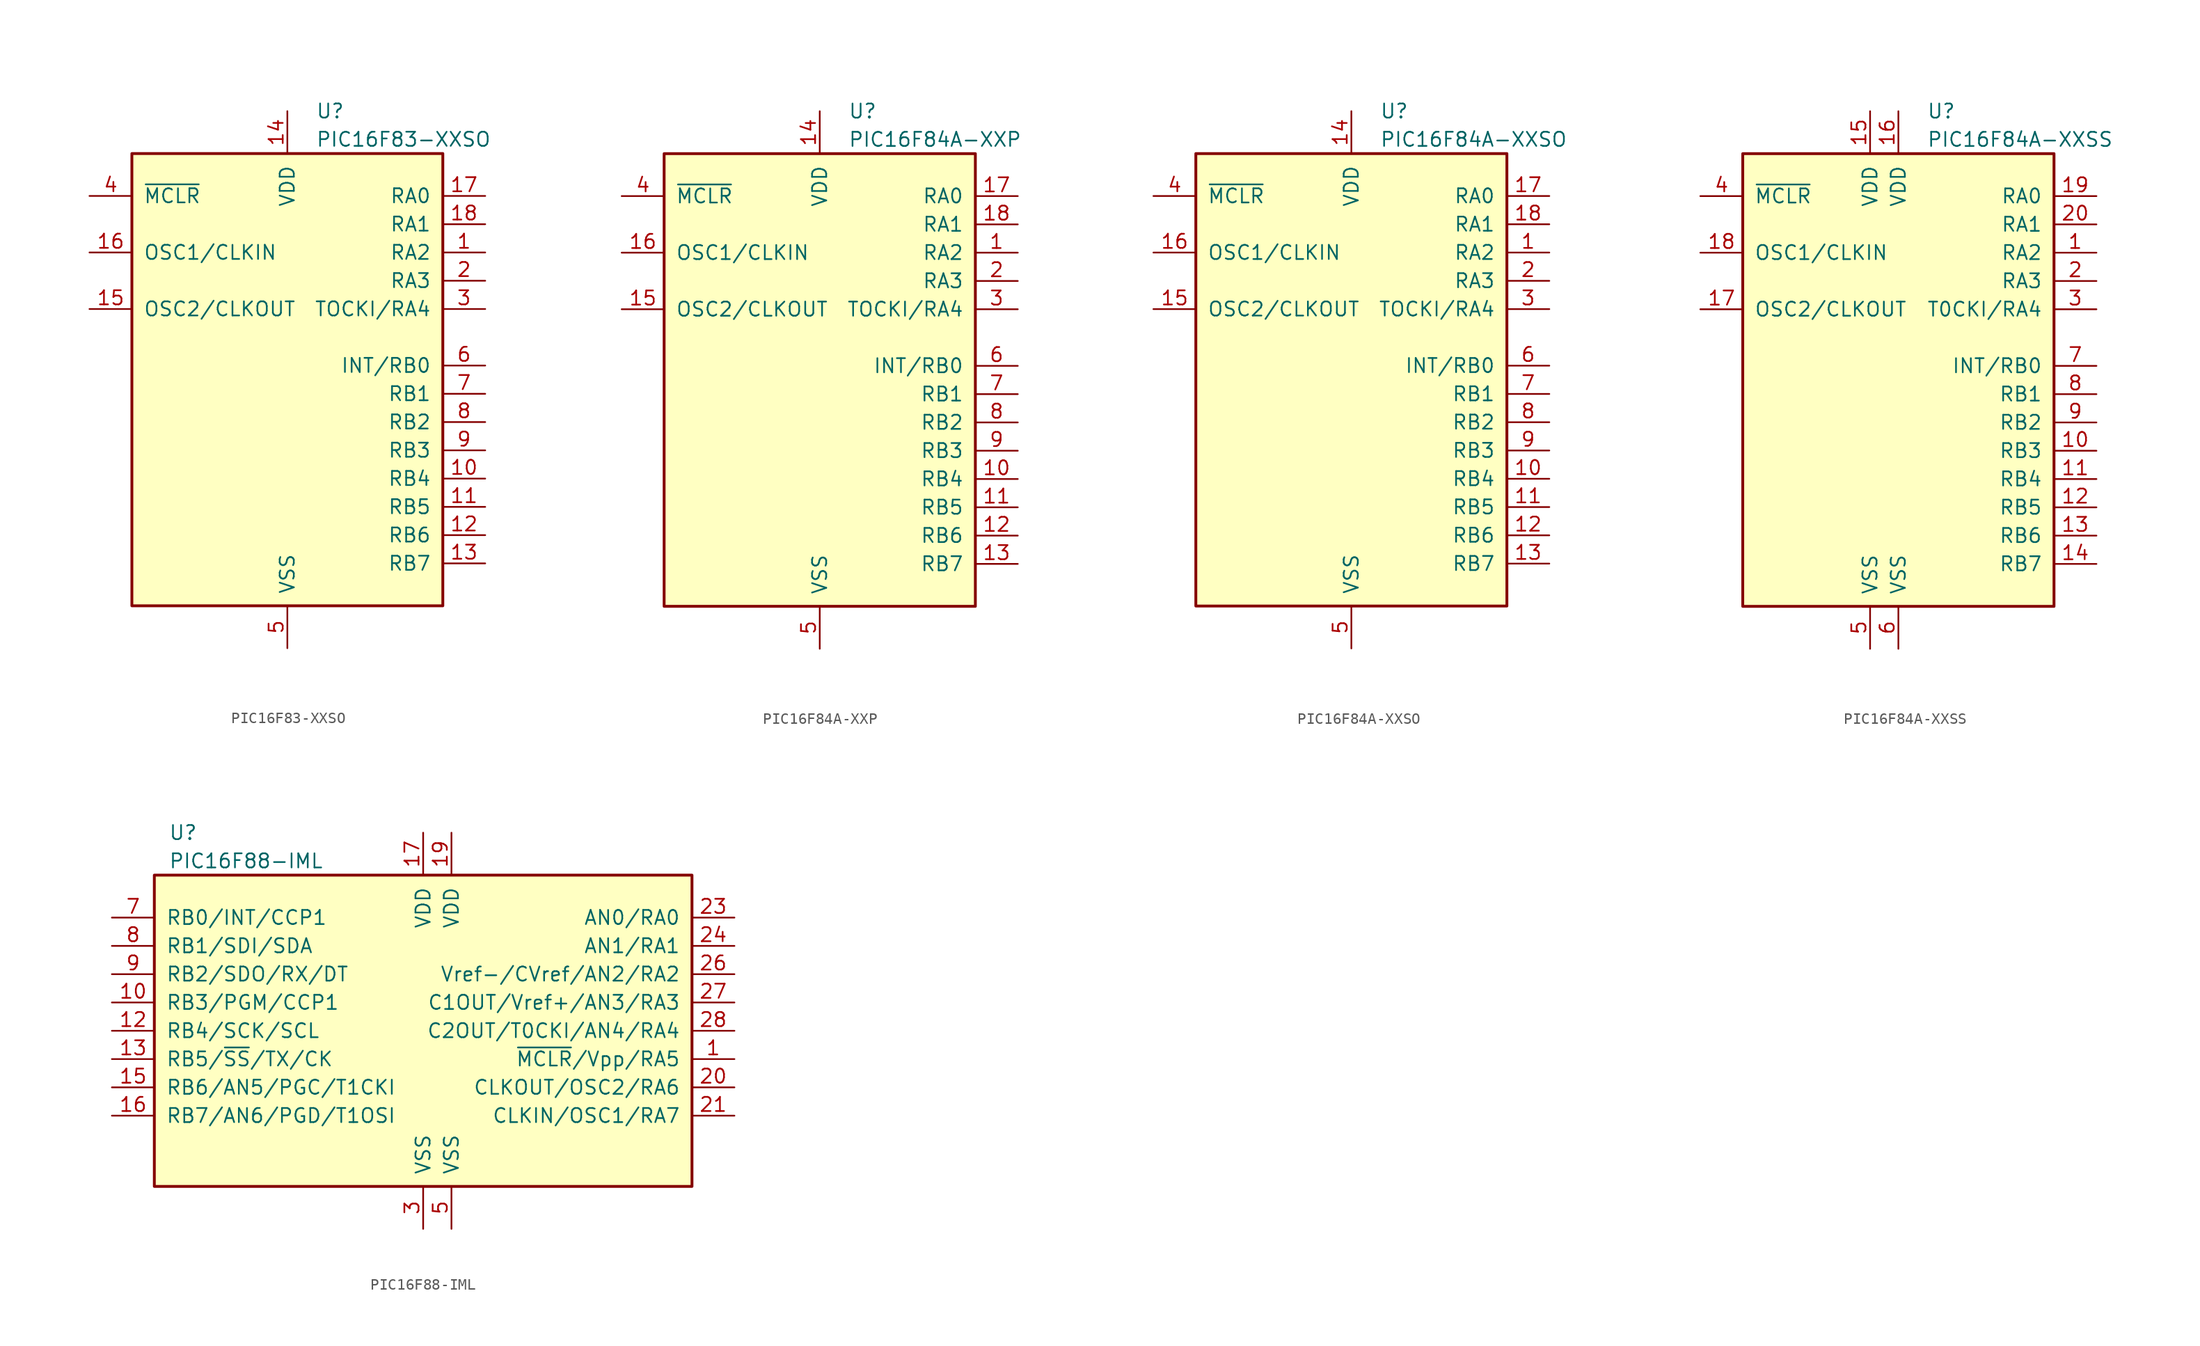
<source format=kicad_sym>
(kicad_symbol_lib
  (version 20201005)
  (generator kicad_symbol_editor)
  (symbol "PIC16F83-XXSO"
    (pin_names
      (offset 1.016))
    (property "Reference" "U"
      (at 2.54 22.86 0)
      (effects (font (size 1.27 1.27)) (justify left)))
    (property "Value" "PIC16F83-XXSO"
      (at 2.54 20.32 0)
      (effects (font (size 1.27 1.27)) (justify left)))
    (symbol "PIC16F83-XXSO_0_1"
      (rectangle (start -13.97 19.05) (end 13.97 -21.59) (stroke (width 0.254)) (fill (type background))))
    (symbol "PIC16F83-XXSO_1_1"
      (pin bidirectional line (at 17.78 10.16 180) (length 3.81) (name "RA2" (effects (font (size 1.27 1.27)))) (number "1" (effects (font (size 1.27 1.27)))))
      (pin bidirectional line (at 17.78 -10.16 180) (length 3.81) (name "RB4" (effects (font (size 1.27 1.27)))) (number "10" (effects (font (size 1.27 1.27)))))
      (pin bidirectional line (at 17.78 -12.7 180) (length 3.81) (name "RB5" (effects (font (size 1.27 1.27)))) (number "11" (effects (font (size 1.27 1.27)))))
      (pin bidirectional line (at 17.78 -15.24 180) (length 3.81) (name "RB6" (effects (font (size 1.27 1.27)))) (number "12" (effects (font (size 1.27 1.27)))))
      (pin bidirectional line (at 17.78 -17.78 180) (length 3.81) (name "RB7" (effects (font (size 1.27 1.27)))) (number "13" (effects (font (size 1.27 1.27)))))
      (pin power_in line (at 0 22.86 270) (length 3.81) (name "VDD" (effects (font (size 1.27 1.27)))) (number "14" (effects (font (size 1.27 1.27)))))
      (pin output line (at -17.78 5.08 0) (length 3.81) (name "OSC2/CLKOUT" (effects (font (size 1.27 1.27)))) (number "15" (effects (font (size 1.27 1.27)))))
      (pin input line (at -17.78 10.16 0) (length 3.81) (name "OSC1/CLKIN" (effects (font (size 1.27 1.27)))) (number "16" (effects (font (size 1.27 1.27)))))
      (pin bidirectional line (at 17.78 15.24 180) (length 3.81) (name "RA0" (effects (font (size 1.27 1.27)))) (number "17" (effects (font (size 1.27 1.27)))))
      (pin bidirectional line (at 17.78 12.7 180) (length 3.81) (name "RA1" (effects (font (size 1.27 1.27)))) (number "18" (effects (font (size 1.27 1.27)))))
      (pin bidirectional line (at 17.78 7.62 180) (length 3.81) (name "RA3" (effects (font (size 1.27 1.27)))) (number "2" (effects (font (size 1.27 1.27)))))
      (pin bidirectional line (at 17.78 5.08 180) (length 3.81) (name "TOCKI/RA4" (effects (font (size 1.27 1.27)))) (number "3" (effects (font (size 1.27 1.27)))))
      (pin input line (at -17.78 15.24 0) (length 3.81) (name "~MCLR~" (effects (font (size 1.27 1.27)))) (number "4" (effects (font (size 1.27 1.27)))))
      (pin power_in line (at 0 -25.4 90) (length 3.81) (name "VSS" (effects (font (size 1.27 1.27)))) (number "5" (effects (font (size 1.27 1.27)))))
      (pin bidirectional line (at 17.78 0 180) (length 3.81) (name "INT/RB0" (effects (font (size 1.27 1.27)))) (number "6" (effects (font (size 1.27 1.27)))))
      (pin bidirectional line (at 17.78 -2.54 180) (length 3.81) (name "RB1" (effects (font (size 1.27 1.27)))) (number "7" (effects (font (size 1.27 1.27)))))
      (pin bidirectional line (at 17.78 -5.08 180) (length 3.81) (name "RB2" (effects (font (size 1.27 1.27)))) (number "8" (effects (font (size 1.27 1.27)))))
      (pin bidirectional line (at 17.78 -7.62 180) (length 3.81) (name "RB3" (effects (font (size 1.27 1.27)))) (number "9" (effects (font (size 1.27 1.27)))))))
  (symbol "PIC16F84A-XXP"
    (pin_names
      (offset 1.016))
    (property "Reference" "U"
      (at 2.54 22.86 0)
      (effects (font (size 1.27 1.27)) (justify left)))
    (property "Value" "PIC16F84A-XXP"
      (at 2.54 20.32 0)
      (effects (font (size 1.27 1.27)) (justify left)))
    (symbol "PIC16F84A-XXP_0_1"
      (rectangle (start -13.97 19.05) (end 13.97 -21.59) (stroke (width 0.254)) (fill (type background))))
    (symbol "PIC16F84A-XXP_1_1"
      (pin bidirectional line (at 17.78 10.16 180) (length 3.81) (name "RA2" (effects (font (size 1.27 1.27)))) (number "1" (effects (font (size 1.27 1.27)))))
      (pin bidirectional line (at 17.78 -10.16 180) (length 3.81) (name "RB4" (effects (font (size 1.27 1.27)))) (number "10" (effects (font (size 1.27 1.27)))))
      (pin bidirectional line (at 17.78 -12.7 180) (length 3.81) (name "RB5" (effects (font (size 1.27 1.27)))) (number "11" (effects (font (size 1.27 1.27)))))
      (pin bidirectional line (at 17.78 -15.24 180) (length 3.81) (name "RB6" (effects (font (size 1.27 1.27)))) (number "12" (effects (font (size 1.27 1.27)))))
      (pin bidirectional line (at 17.78 -17.78 180) (length 3.81) (name "RB7" (effects (font (size 1.27 1.27)))) (number "13" (effects (font (size 1.27 1.27)))))
      (pin power_in line (at 0 22.86 270) (length 3.81) (name "VDD" (effects (font (size 1.27 1.27)))) (number "14" (effects (font (size 1.27 1.27)))))
      (pin output line (at -17.78 5.08 0) (length 3.81) (name "OSC2/CLKOUT" (effects (font (size 1.27 1.27)))) (number "15" (effects (font (size 1.27 1.27)))))
      (pin input line (at -17.78 10.16 0) (length 3.81) (name "OSC1/CLKIN" (effects (font (size 1.27 1.27)))) (number "16" (effects (font (size 1.27 1.27)))))
      (pin bidirectional line (at 17.78 15.24 180) (length 3.81) (name "RA0" (effects (font (size 1.27 1.27)))) (number "17" (effects (font (size 1.27 1.27)))))
      (pin bidirectional line (at 17.78 12.7 180) (length 3.81) (name "RA1" (effects (font (size 1.27 1.27)))) (number "18" (effects (font (size 1.27 1.27)))))
      (pin bidirectional line (at 17.78 7.62 180) (length 3.81) (name "RA3" (effects (font (size 1.27 1.27)))) (number "2" (effects (font (size 1.27 1.27)))))
      (pin bidirectional line (at 17.78 5.08 180) (length 3.81) (name "TOCKI/RA4" (effects (font (size 1.27 1.27)))) (number "3" (effects (font (size 1.27 1.27)))))
      (pin input line (at -17.78 15.24 0) (length 3.81) (name "~MCLR~" (effects (font (size 1.27 1.27)))) (number "4" (effects (font (size 1.27 1.27)))))
      (pin power_in line (at 0 -25.4 90) (length 3.81) (name "VSS" (effects (font (size 1.27 1.27)))) (number "5" (effects (font (size 1.27 1.27)))))
      (pin bidirectional line (at 17.78 0 180) (length 3.81) (name "INT/RB0" (effects (font (size 1.27 1.27)))) (number "6" (effects (font (size 1.27 1.27)))))
      (pin bidirectional line (at 17.78 -2.54 180) (length 3.81) (name "RB1" (effects (font (size 1.27 1.27)))) (number "7" (effects (font (size 1.27 1.27)))))
      (pin bidirectional line (at 17.78 -5.08 180) (length 3.81) (name "RB2" (effects (font (size 1.27 1.27)))) (number "8" (effects (font (size 1.27 1.27)))))
      (pin bidirectional line (at 17.78 -7.62 180) (length 3.81) (name "RB3" (effects (font (size 1.27 1.27)))) (number "9" (effects (font (size 1.27 1.27)))))))
  (symbol "PIC16F84A-XXSO"
    (pin_names
      (offset 1.016))
    (property "Reference" "U"
      (at 2.54 22.86 0)
      (effects (font (size 1.27 1.27)) (justify left)))
    (property "Value" "PIC16F84A-XXSO"
      (at 2.54 20.32 0)
      (effects (font (size 1.27 1.27)) (justify left)))
    (symbol "PIC16F84A-XXSO_0_1"
      (rectangle (start -13.97 19.05) (end 13.97 -21.59) (stroke (width 0.254)) (fill (type background))))
    (symbol "PIC16F84A-XXSO_1_1"
      (pin bidirectional line (at 17.78 10.16 180) (length 3.81) (name "RA2" (effects (font (size 1.27 1.27)))) (number "1" (effects (font (size 1.27 1.27)))))
      (pin bidirectional line (at 17.78 -10.16 180) (length 3.81) (name "RB4" (effects (font (size 1.27 1.27)))) (number "10" (effects (font (size 1.27 1.27)))))
      (pin bidirectional line (at 17.78 -12.7 180) (length 3.81) (name "RB5" (effects (font (size 1.27 1.27)))) (number "11" (effects (font (size 1.27 1.27)))))
      (pin bidirectional line (at 17.78 -15.24 180) (length 3.81) (name "RB6" (effects (font (size 1.27 1.27)))) (number "12" (effects (font (size 1.27 1.27)))))
      (pin bidirectional line (at 17.78 -17.78 180) (length 3.81) (name "RB7" (effects (font (size 1.27 1.27)))) (number "13" (effects (font (size 1.27 1.27)))))
      (pin power_in line (at 0 22.86 270) (length 3.81) (name "VDD" (effects (font (size 1.27 1.27)))) (number "14" (effects (font (size 1.27 1.27)))))
      (pin output line (at -17.78 5.08 0) (length 3.81) (name "OSC2/CLKOUT" (effects (font (size 1.27 1.27)))) (number "15" (effects (font (size 1.27 1.27)))))
      (pin input line (at -17.78 10.16 0) (length 3.81) (name "OSC1/CLKIN" (effects (font (size 1.27 1.27)))) (number "16" (effects (font (size 1.27 1.27)))))
      (pin bidirectional line (at 17.78 15.24 180) (length 3.81) (name "RA0" (effects (font (size 1.27 1.27)))) (number "17" (effects (font (size 1.27 1.27)))))
      (pin bidirectional line (at 17.78 12.7 180) (length 3.81) (name "RA1" (effects (font (size 1.27 1.27)))) (number "18" (effects (font (size 1.27 1.27)))))
      (pin bidirectional line (at 17.78 7.62 180) (length 3.81) (name "RA3" (effects (font (size 1.27 1.27)))) (number "2" (effects (font (size 1.27 1.27)))))
      (pin bidirectional line (at 17.78 5.08 180) (length 3.81) (name "TOCKI/RA4" (effects (font (size 1.27 1.27)))) (number "3" (effects (font (size 1.27 1.27)))))
      (pin input line (at -17.78 15.24 0) (length 3.81) (name "~MCLR~" (effects (font (size 1.27 1.27)))) (number "4" (effects (font (size 1.27 1.27)))))
      (pin power_in line (at 0 -25.4 90) (length 3.81) (name "VSS" (effects (font (size 1.27 1.27)))) (number "5" (effects (font (size 1.27 1.27)))))
      (pin bidirectional line (at 17.78 0 180) (length 3.81) (name "INT/RB0" (effects (font (size 1.27 1.27)))) (number "6" (effects (font (size 1.27 1.27)))))
      (pin bidirectional line (at 17.78 -2.54 180) (length 3.81) (name "RB1" (effects (font (size 1.27 1.27)))) (number "7" (effects (font (size 1.27 1.27)))))
      (pin bidirectional line (at 17.78 -5.08 180) (length 3.81) (name "RB2" (effects (font (size 1.27 1.27)))) (number "8" (effects (font (size 1.27 1.27)))))
      (pin bidirectional line (at 17.78 -7.62 180) (length 3.81) (name "RB3" (effects (font (size 1.27 1.27)))) (number "9" (effects (font (size 1.27 1.27)))))))
  (symbol "PIC16F84A-XXSS"
    (pin_names
      (offset 1.016))
    (property "Reference" "U"
      (at 2.54 22.86 0)
      (effects (font (size 1.27 1.27)) (justify left)))
    (property "Value" "PIC16F84A-XXSS"
      (at 2.54 20.32 0)
      (effects (font (size 1.27 1.27)) (justify left)))
    (symbol "PIC16F84A-XXSS_0_1"
      (rectangle (start -13.97 19.05) (end 13.97 -21.59) (stroke (width 0.254)) (fill (type background))))
    (symbol "PIC16F84A-XXSS_1_1"
      (pin bidirectional line (at 17.78 10.16 180) (length 3.81) (name "RA2" (effects (font (size 1.27 1.27)))) (number "1" (effects (font (size 1.27 1.27)))))
      (pin bidirectional line (at 17.78 -7.62 180) (length 3.81) (name "RB3" (effects (font (size 1.27 1.27)))) (number "10" (effects (font (size 1.27 1.27)))))
      (pin bidirectional line (at 17.78 -10.16 180) (length 3.81) (name "RB4" (effects (font (size 1.27 1.27)))) (number "11" (effects (font (size 1.27 1.27)))))
      (pin bidirectional line (at 17.78 -12.7 180) (length 3.81) (name "RB5" (effects (font (size 1.27 1.27)))) (number "12" (effects (font (size 1.27 1.27)))))
      (pin bidirectional line (at 17.78 -15.24 180) (length 3.81) (name "RB6" (effects (font (size 1.27 1.27)))) (number "13" (effects (font (size 1.27 1.27)))))
      (pin bidirectional line (at 17.78 -17.78 180) (length 3.81) (name "RB7" (effects (font (size 1.27 1.27)))) (number "14" (effects (font (size 1.27 1.27)))))
      (pin power_in line (at -2.54 22.86 270) (length 3.81) (name "VDD" (effects (font (size 1.27 1.27)))) (number "15" (effects (font (size 1.27 1.27)))))
      (pin power_in line (at 0 22.86 270) (length 3.81) (name "VDD" (effects (font (size 1.27 1.27)))) (number "16" (effects (font (size 1.27 1.27)))))
      (pin output line (at -17.78 5.08 0) (length 3.81) (name "OSC2/CLKOUT" (effects (font (size 1.27 1.27)))) (number "17" (effects (font (size 1.27 1.27)))))
      (pin input line (at -17.78 10.16 0) (length 3.81) (name "OSC1/CLKIN" (effects (font (size 1.27 1.27)))) (number "18" (effects (font (size 1.27 1.27)))))
      (pin bidirectional line (at 17.78 15.24 180) (length 3.81) (name "RA0" (effects (font (size 1.27 1.27)))) (number "19" (effects (font (size 1.27 1.27)))))
      (pin bidirectional line (at 17.78 7.62 180) (length 3.81) (name "RA3" (effects (font (size 1.27 1.27)))) (number "2" (effects (font (size 1.27 1.27)))))
      (pin bidirectional line (at 17.78 12.7 180) (length 3.81) (name "RA1" (effects (font (size 1.27 1.27)))) (number "20" (effects (font (size 1.27 1.27)))))
      (pin bidirectional line (at 17.78 5.08 180) (length 3.81) (name "T0CKI/RA4" (effects (font (size 1.27 1.27)))) (number "3" (effects (font (size 1.27 1.27)))))
      (pin input line (at -17.78 15.24 0) (length 3.81) (name "~MCLR~" (effects (font (size 1.27 1.27)))) (number "4" (effects (font (size 1.27 1.27)))))
      (pin power_in line (at -2.54 -25.4 90) (length 3.81) (name "VSS" (effects (font (size 1.27 1.27)))) (number "5" (effects (font (size 1.27 1.27)))))
      (pin power_in line (at 0 -25.4 90) (length 3.81) (name "VSS" (effects (font (size 1.27 1.27)))) (number "6" (effects (font (size 1.27 1.27)))))
      (pin bidirectional line (at 17.78 0 180) (length 3.81) (name "INT/RB0" (effects (font (size 1.27 1.27)))) (number "7" (effects (font (size 1.27 1.27)))))
      (pin bidirectional line (at 17.78 -2.54 180) (length 3.81) (name "RB1" (effects (font (size 1.27 1.27)))) (number "8" (effects (font (size 1.27 1.27)))))
      (pin bidirectional line (at 17.78 -5.08 180) (length 3.81) (name "RB2" (effects (font (size 1.27 1.27)))) (number "9" (effects (font (size 1.27 1.27)))))))
  (symbol "PIC16F88-IML"
    (pin_names
      (offset 1.016))
    (property "Reference" "U"
      (at -22.86 17.78 0)
      (effects (font (size 1.27 1.27)) (justify left)))
    (property "Value" "PIC16F88-IML"
      (at -22.86 15.24 0)
      (effects (font (size 1.27 1.27)) (justify left)))
    (symbol "PIC16F88-IML_0_1"
      (rectangle (start 24.13 13.97) (end -24.13 -13.97) (stroke (width 0.254)) (fill (type background))))
    (symbol "PIC16F88-IML_1_1"
      (pin input line (at 27.94 -2.54 180) (length 3.81) (name "~MCLR~/Vpp/RA5" (effects (font (size 1.27 1.27)))) (number "1" (effects (font (size 1.27 1.27)))))
      (pin bidirectional line (at -27.94 2.54 0) (length 3.81) (name "RB3/PGM/CCP1" (effects (font (size 1.27 1.27)))) (number "10" (effects (font (size 1.27 1.27)))))
      (pin bidirectional line (at -27.94 0 0) (length 3.81) (name "RB4/SCK/SCL" (effects (font (size 1.27 1.27)))) (number "12" (effects (font (size 1.27 1.27)))))
      (pin bidirectional line (at -27.94 -2.54 0) (length 3.81) (name "RB5/~SS~/TX/CK" (effects (font (size 1.27 1.27)))) (number "13" (effects (font (size 1.27 1.27)))))
      (pin bidirectional line (at -27.94 -5.08 0) (length 3.81) (name "RB6/AN5/PGC/T1CKI" (effects (font (size 1.27 1.27)))) (number "15" (effects (font (size 1.27 1.27)))))
      (pin bidirectional line (at -27.94 -7.62 0) (length 3.81) (name "RB7/AN6/PGD/T1OSI" (effects (font (size 1.27 1.27)))) (number "16" (effects (font (size 1.27 1.27)))))
      (pin power_in line (at 0 17.78 270) (length 3.81) (name "VDD" (effects (font (size 1.27 1.27)))) (number "17" (effects (font (size 1.27 1.27)))))
      (pin power_in line (at 2.54 17.78 270) (length 3.81) (name "VDD" (effects (font (size 1.27 1.27)))) (number "19" (effects (font (size 1.27 1.27)))))
      (pin bidirectional line (at 27.94 -5.08 180) (length 3.81) (name "CLKOUT/OSC2/RA6" (effects (font (size 1.27 1.27)))) (number "20" (effects (font (size 1.27 1.27)))))
      (pin bidirectional line (at 27.94 -7.62 180) (length 3.81) (name "CLKIN/OSC1/RA7" (effects (font (size 1.27 1.27)))) (number "21" (effects (font (size 1.27 1.27)))))
      (pin bidirectional line (at 27.94 10.16 180) (length 3.81) (name "AN0/RA0" (effects (font (size 1.27 1.27)))) (number "23" (effects (font (size 1.27 1.27)))))
      (pin bidirectional line (at 27.94 7.62 180) (length 3.81) (name "AN1/RA1" (effects (font (size 1.27 1.27)))) (number "24" (effects (font (size 1.27 1.27)))))
      (pin bidirectional line (at 27.94 5.08 180) (length 3.81) (name "Vref-/CVref/AN2/RA2" (effects (font (size 1.27 1.27)))) (number "26" (effects (font (size 1.27 1.27)))))
      (pin bidirectional line (at 27.94 2.54 180) (length 3.81) (name "C1OUT/Vref+/AN3/RA3" (effects (font (size 1.27 1.27)))) (number "27" (effects (font (size 1.27 1.27)))))
      (pin bidirectional line (at 27.94 0 180) (length 3.81) (name "C2OUT/T0CKI/AN4/RA4" (effects (font (size 1.27 1.27)))) (number "28" (effects (font (size 1.27 1.27)))))
      (pin power_in line (at 0 -17.78 90) (length 3.81) (name "VSS" (effects (font (size 1.27 1.27)))) (number "3" (effects (font (size 1.27 1.27)))))
      (pin power_in line (at 2.54 -17.78 90) (length 3.81) (name "VSS" (effects (font (size 1.27 1.27)))) (number "5" (effects (font (size 1.27 1.27)))))
      (pin bidirectional line (at -27.94 10.16 0) (length 3.81) (name "RB0/INT/CCP1" (effects (font (size 1.27 1.27)))) (number "7" (effects (font (size 1.27 1.27)))))
      (pin bidirectional line (at -27.94 7.62 0) (length 3.81) (name "RB1/SDI/SDA" (effects (font (size 1.27 1.27)))) (number "8" (effects (font (size 1.27 1.27)))))
      (pin bidirectional line (at -27.94 5.08 0) (length 3.81) (name "RB2/SDO/RX/DT" (effects (font (size 1.27 1.27)))) (number "9" (effects (font (size 1.27 1.27))))))))
</source>
